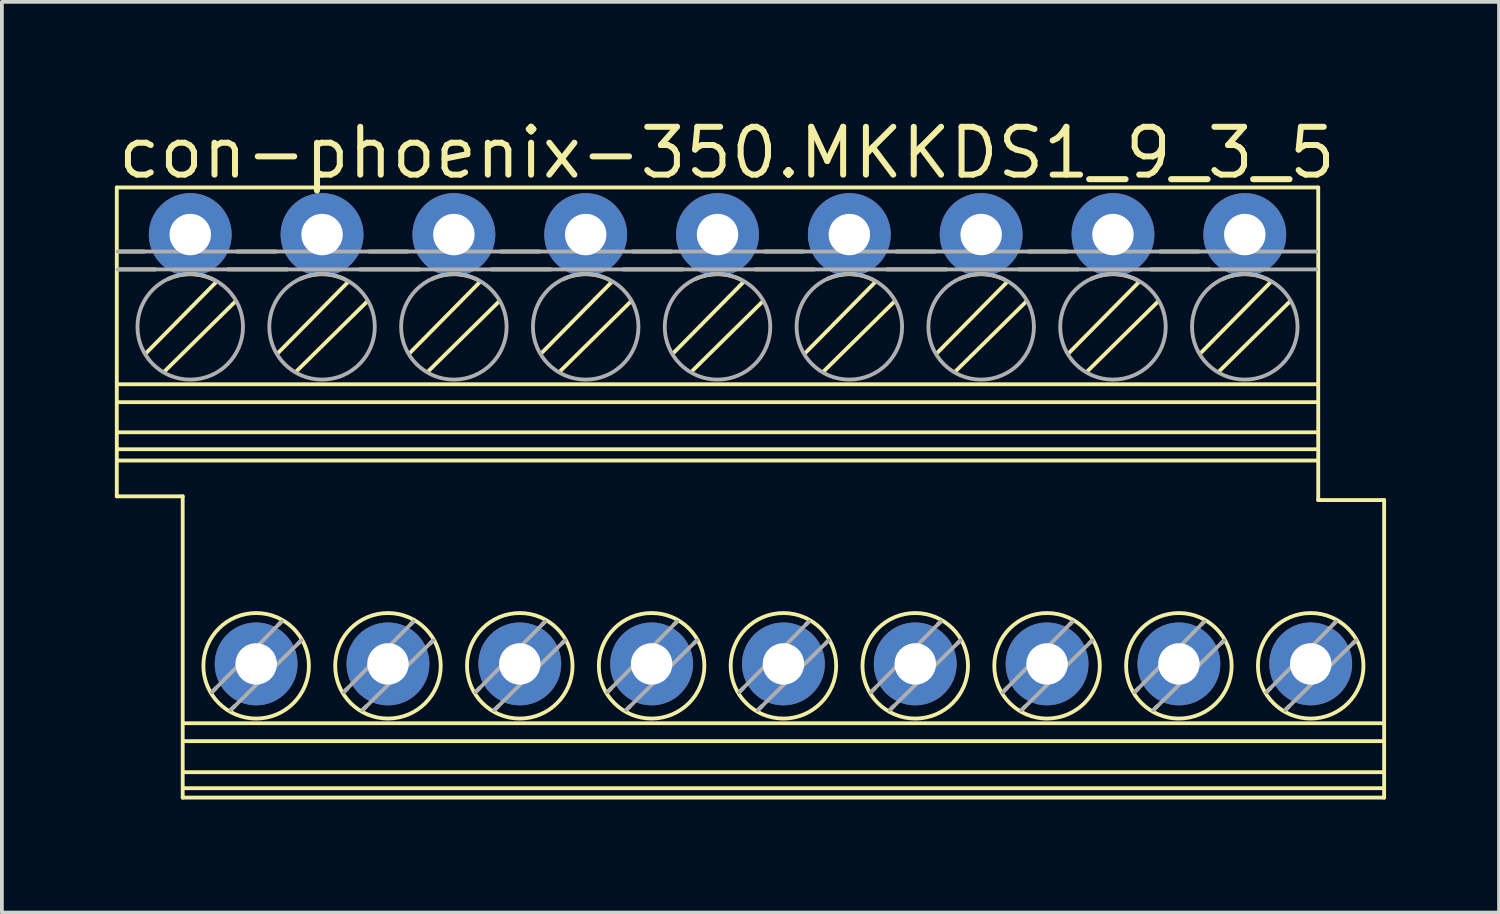
<source format=kicad_pcb>
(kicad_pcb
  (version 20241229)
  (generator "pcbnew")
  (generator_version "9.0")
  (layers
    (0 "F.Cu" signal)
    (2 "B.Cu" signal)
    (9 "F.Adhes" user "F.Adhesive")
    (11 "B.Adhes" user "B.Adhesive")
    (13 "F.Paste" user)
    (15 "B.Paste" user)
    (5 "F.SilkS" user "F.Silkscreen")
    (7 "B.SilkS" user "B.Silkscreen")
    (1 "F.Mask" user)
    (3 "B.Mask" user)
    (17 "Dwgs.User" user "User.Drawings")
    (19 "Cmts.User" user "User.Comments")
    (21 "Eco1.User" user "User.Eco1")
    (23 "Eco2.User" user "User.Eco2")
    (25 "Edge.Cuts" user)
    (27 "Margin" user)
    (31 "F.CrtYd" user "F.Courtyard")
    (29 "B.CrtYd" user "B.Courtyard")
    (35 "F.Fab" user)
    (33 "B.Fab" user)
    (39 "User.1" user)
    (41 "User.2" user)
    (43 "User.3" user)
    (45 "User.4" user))
  (footprint "con-phoenix-350.MKKDS1_9_3_5"
    (layer "F.Cu")
    (at 16.001 10.028)
    (property "Reference" "con-phoenix-350.MKKDS1_9_3_5" (at -16.001 -8.278 0) (layer "F.SilkS") (effects (font (size 1.27 1.27) (thickness 0.16)) (justify left bottom)))
    (attr through_hole)
    (fp_line (start -15.95 -8.1) (end 15.95 -8.1) (stroke (width 0.102) (type default)) (layer "F.SilkS"))
    (fp_line (start -15.95 0.1) (end -15.95 -8.1) (stroke (width 0.102) (type default)) (layer "F.SilkS"))
    (fp_line (start -15.925 -6.4) (end -15.225 -6.4) (stroke (width 0.102) (type default)) (layer "F.SilkS"))
    (fp_line (start -15.925 -5.925) (end -14.925 -5.925) (stroke (width 0.102) (type default)) (layer "F.SilkS"))
    (fp_line (start -15.9 -2.875) (end 15.925 -2.875) (stroke (width 0.102) (type default)) (layer "F.SilkS"))
    (fp_line (start -15.9 -2.4) (end 15.925 -2.4) (stroke (width 0.102) (type default)) (layer "F.SilkS"))
    (fp_line (start -15.9 -1.6) (end 15.925 -1.6) (stroke (width 0.102) (type default)) (layer "F.SilkS"))
    (fp_line (start -15.9 -0.85) (end 15.925 -0.85) (stroke (width 0.102) (type default)) (layer "F.SilkS"))
    (fp_line (start -15.175 -3.7) (end -13.325 -5.575) (stroke (width 0.102) (type default)) (layer "F.SilkS"))
    (fp_line (start -14.675 -3.225) (end -12.8 -5.075) (stroke (width 0.102) (type default)) (layer "F.SilkS"))
    (fp_line (start -14.2 0.1) (end -15.95 0.1) (stroke (width 0.102) (type default)) (layer "F.SilkS"))
    (fp_line (start -14.2 8.1) (end -14.2 0.1) (stroke (width 0.102) (type default)) (layer "F.SilkS"))
    (fp_line (start -14.15 6.125) (end 17.675 6.125) (stroke (width 0.102) (type default)) (layer "F.SilkS"))
    (fp_line (start -14.15 6.6) (end 17.675 6.6) (stroke (width 0.102) (type default)) (layer "F.SilkS"))
    (fp_line (start -14.15 7.425) (end 17.675 7.425) (stroke (width 0.102) (type default)) (layer "F.SilkS"))
    (fp_line (start -14.15 7.85) (end 17.675 7.85) (stroke (width 0.102) (type default)) (layer "F.SilkS"))
    (fp_line (start -13.425 5.3) (end -13.325 5.2) (stroke (width 0.102) (type default)) (layer "F.SilkS"))
    (fp_line (start -13 -5.925) (end -11.425 -5.925) (stroke (width 0.102) (type default)) (layer "F.SilkS"))
    (fp_line (start -12.925 5.775) (end -12.825 5.675) (stroke (width 0.102) (type default)) (layer "F.SilkS"))
    (fp_line (start -12.75 -6.4) (end -11.725 -6.4) (stroke (width 0.102) (type default)) (layer "F.SilkS"))
    (fp_line (start -11.675 -3.7) (end -9.825 -5.575) (stroke (width 0.102) (type default)) (layer "F.SilkS"))
    (fp_line (start -11.65 3.5) (end -11.575 3.425) (stroke (width 0.102) (type default)) (layer "F.SilkS"))
    (fp_line (start -11.175 -3.225) (end -9.3 -5.075) (stroke (width 0.102) (type default)) (layer "F.SilkS"))
    (fp_line (start -11.125 4) (end -11.05 3.925) (stroke (width 0.102) (type default)) (layer "F.SilkS"))
    (fp_line (start -9.925 5.3) (end -9.825 5.2) (stroke (width 0.102) (type default)) (layer "F.SilkS"))
    (fp_line (start -9.5 -5.925) (end -7.925 -5.925) (stroke (width 0.102) (type default)) (layer "F.SilkS"))
    (fp_line (start -9.425 5.775) (end -9.325 5.675) (stroke (width 0.102) (type default)) (layer "F.SilkS"))
    (fp_line (start -9.25 -6.4) (end -8.225 -6.4) (stroke (width 0.102) (type default)) (layer "F.SilkS"))
    (fp_line (start -8.175 -3.7) (end -6.325 -5.575) (stroke (width 0.102) (type default)) (layer "F.SilkS"))
    (fp_line (start -8.15 3.5) (end -8.075 3.425) (stroke (width 0.102) (type default)) (layer "F.SilkS"))
    (fp_line (start -7.675 -3.225) (end -5.8 -5.075) (stroke (width 0.102) (type default)) (layer "F.SilkS"))
    (fp_line (start -7.625 4) (end -7.55 3.925) (stroke (width 0.102) (type default)) (layer "F.SilkS"))
    (fp_line (start -6.425 5.3) (end -6.325 5.2) (stroke (width 0.102) (type default)) (layer "F.SilkS"))
    (fp_line (start -6 -5.925) (end -4.425 -5.925) (stroke (width 0.102) (type default)) (layer "F.SilkS"))
    (fp_line (start -5.925 5.775) (end -5.825 5.675) (stroke (width 0.102) (type default)) (layer "F.SilkS"))
    (fp_line (start -5.75 -6.4) (end -4.725 -6.4) (stroke (width 0.102) (type default)) (layer "F.SilkS"))
    (fp_line (start -4.675 -3.7) (end -2.825 -5.575) (stroke (width 0.102) (type default)) (layer "F.SilkS"))
    (fp_line (start -4.65 3.5) (end -4.575 3.425) (stroke (width 0.102) (type default)) (layer "F.SilkS"))
    (fp_line (start -4.175 -3.225) (end -2.3 -5.075) (stroke (width 0.102) (type default)) (layer "F.SilkS"))
    (fp_line (start -4.125 4) (end -4.05 3.925) (stroke (width 0.102) (type default)) (layer "F.SilkS"))
    (fp_line (start -2.925 5.3) (end -2.825 5.2) (stroke (width 0.102) (type default)) (layer "F.SilkS"))
    (fp_line (start -2.5 -5.925) (end -0.925 -5.925) (stroke (width 0.102) (type default)) (layer "F.SilkS"))
    (fp_line (start -2.425 5.775) (end -2.325 5.675) (stroke (width 0.102) (type default)) (layer "F.SilkS"))
    (fp_line (start -2.25 -6.4) (end -1.225 -6.4) (stroke (width 0.102) (type default)) (layer "F.SilkS"))
    (fp_line (start -1.175 -3.7) (end 0.675 -5.575) (stroke (width 0.102) (type default)) (layer "F.SilkS"))
    (fp_line (start -1.15 3.5) (end -1.075 3.425) (stroke (width 0.102) (type default)) (layer "F.SilkS"))
    (fp_line (start -0.675 -3.225) (end 1.2 -5.075) (stroke (width 0.102) (type default)) (layer "F.SilkS"))
    (fp_line (start -0.625 4) (end -0.55 3.925) (stroke (width 0.102) (type default)) (layer "F.SilkS"))
    (fp_line (start 0.575 5.3) (end 0.675 5.2) (stroke (width 0.102) (type default)) (layer "F.SilkS"))
    (fp_line (start 1 -5.925) (end 2.575 -5.925) (stroke (width 0.102) (type default)) (layer "F.SilkS"))
    (fp_line (start 1.075 5.775) (end 1.175 5.675) (stroke (width 0.102) (type default)) (layer "F.SilkS"))
    (fp_line (start 1.25 -6.4) (end 2.275 -6.4) (stroke (width 0.102) (type default)) (layer "F.SilkS"))
    (fp_line (start 2.325 -3.7) (end 4.175 -5.575) (stroke (width 0.102) (type default)) (layer "F.SilkS"))
    (fp_line (start 2.35 3.5) (end 2.425 3.425) (stroke (width 0.102) (type default)) (layer "F.SilkS"))
    (fp_line (start 2.825 -3.225) (end 4.7 -5.075) (stroke (width 0.102) (type default)) (layer "F.SilkS"))
    (fp_line (start 2.875 4) (end 2.95 3.925) (stroke (width 0.102) (type default)) (layer "F.SilkS"))
    (fp_line (start 4.075 5.3) (end 4.175 5.2) (stroke (width 0.102) (type default)) (layer "F.SilkS"))
    (fp_line (start 4.5 -5.925) (end 6.075 -5.925) (stroke (width 0.102) (type default)) (layer "F.SilkS"))
    (fp_line (start 4.575 5.775) (end 4.675 5.675) (stroke (width 0.102) (type default)) (layer "F.SilkS"))
    (fp_line (start 4.75 -6.4) (end 5.775 -6.4) (stroke (width 0.102) (type default)) (layer "F.SilkS"))
    (fp_line (start 5.825 -3.7) (end 7.675 -5.575) (stroke (width 0.102) (type default)) (layer "F.SilkS"))
    (fp_line (start 5.85 3.5) (end 5.925 3.425) (stroke (width 0.102) (type default)) (layer "F.SilkS"))
    (fp_line (start 6.325 -3.225) (end 8.2 -5.075) (stroke (width 0.102) (type default)) (layer "F.SilkS"))
    (fp_line (start 6.375 4) (end 6.45 3.925) (stroke (width 0.102) (type default)) (layer "F.SilkS"))
    (fp_line (start 7.575 5.3) (end 7.675 5.2) (stroke (width 0.102) (type default)) (layer "F.SilkS"))
    (fp_line (start 8 -5.925) (end 9.575 -5.925) (stroke (width 0.102) (type default)) (layer "F.SilkS"))
    (fp_line (start 8.075 5.775) (end 8.175 5.675) (stroke (width 0.102) (type default)) (layer "F.SilkS"))
    (fp_line (start 8.25 -6.4) (end 9.275 -6.4) (stroke (width 0.102) (type default)) (layer "F.SilkS"))
    (fp_line (start 9.325 -3.7) (end 11.175 -5.575) (stroke (width 0.102) (type default)) (layer "F.SilkS"))
    (fp_line (start 9.35 3.5) (end 9.425 3.425) (stroke (width 0.102) (type default)) (layer "F.SilkS"))
    (fp_line (start 9.825 -3.225) (end 11.7 -5.075) (stroke (width 0.102) (type default)) (layer "F.SilkS"))
    (fp_line (start 9.875 4) (end 9.95 3.925) (stroke (width 0.102) (type default)) (layer "F.SilkS"))
    (fp_line (start 11.075 5.3) (end 11.175 5.2) (stroke (width 0.102) (type default)) (layer "F.SilkS"))
    (fp_line (start 11.5 -5.925) (end 13.075 -5.925) (stroke (width 0.102) (type default)) (layer "F.SilkS"))
    (fp_line (start 11.575 5.775) (end 11.675 5.675) (stroke (width 0.102) (type default)) (layer "F.SilkS"))
    (fp_line (start 11.75 -6.4) (end 12.775 -6.4) (stroke (width 0.102) (type default)) (layer "F.SilkS"))
    (fp_line (start 12.825 -3.7) (end 14.675 -5.575) (stroke (width 0.102) (type default)) (layer "F.SilkS"))
    (fp_line (start 12.85 3.5) (end 12.925 3.425) (stroke (width 0.102) (type default)) (layer "F.SilkS"))
    (fp_line (start 13.325 -3.225) (end 15.2 -5.075) (stroke (width 0.102) (type default)) (layer "F.SilkS"))
    (fp_line (start 13.375 4) (end 13.45 3.925) (stroke (width 0.102) (type default)) (layer "F.SilkS"))
    (fp_line (start 14.575 5.3) (end 14.675 5.2) (stroke (width 0.102) (type default)) (layer "F.SilkS"))
    (fp_line (start 15.075 5.775) (end 15.175 5.675) (stroke (width 0.102) (type default)) (layer "F.SilkS"))
    (fp_line (start 15.925 -1.15) (end -15.9 -1.15) (stroke (width 0.102) (type default)) (layer "F.SilkS"))
    (fp_line (start 15.95 -8.1) (end 15.95 0.2) (stroke (width 0.102) (type default)) (layer "F.SilkS"))
    (fp_line (start 15.95 0.2) (end 17.7 0.2) (stroke (width 0.102) (type default)) (layer "F.SilkS"))
    (fp_line (start 16.35 3.5) (end 16.425 3.425) (stroke (width 0.102) (type default)) (layer "F.SilkS"))
    (fp_line (start 16.875 4) (end 16.95 3.925) (stroke (width 0.102) (type default)) (layer "F.SilkS"))
    (fp_line (start 17.7 0.2) (end 17.7 8.1) (stroke (width 0.102) (type default)) (layer "F.SilkS"))
    (fp_line (start 17.7 8.1) (end -14.2 8.1) (stroke (width 0.102) (type default)) (layer "F.SilkS"))
    (fp_arc (start -14.575 -5.675) (mid -13.972184 -5.797679) (end -13.375 -5.65) (stroke (width 0.1016) (type default)) (layer "F.SilkS"))
    (fp_arc (start -11.075 -5.675) (mid -10.472184 -5.797679) (end -9.875 -5.65) (stroke (width 0.1016) (type default)) (layer "F.SilkS"))
    (fp_arc (start -7.575 -5.675) (mid -6.972184 -5.797679) (end -6.375 -5.65) (stroke (width 0.1016) (type default)) (layer "F.SilkS"))
    (fp_arc (start -4.075 -5.675) (mid -3.472184 -5.797679) (end -2.875 -5.65) (stroke (width 0.1016) (type default)) (layer "F.SilkS"))
    (fp_arc (start -0.575 -5.675) (mid 0.027816 -5.797679) (end 0.625 -5.65) (stroke (width 0.1016) (type default)) (layer "F.SilkS"))
    (fp_arc (start 2.925 -5.675) (mid 3.527816 -5.797679) (end 4.125 -5.65) (stroke (width 0.1016) (type default)) (layer "F.SilkS"))
    (fp_arc (start 6.425 -5.675) (mid 7.027816 -5.797679) (end 7.625 -5.65) (stroke (width 0.1016) (type default)) (layer "F.SilkS"))
    (fp_arc (start 9.925 -5.675) (mid 10.527816 -5.797679) (end 11.125 -5.65) (stroke (width 0.1016) (type default)) (layer "F.SilkS"))
    (fp_arc (start 13.425 -5.675) (mid 14.027816 -5.797679) (end 14.625 -5.65) (stroke (width 0.1016) (type default)) (layer "F.SilkS"))
    (fp_circle (center -12.25 4.6) (end -10.849 4.6) (stroke (width 0.102) (type default)) (fill no) (layer "F.SilkS"))
    (fp_circle (center -8.75 4.6) (end -7.349 4.6) (stroke (width 0.102) (type default)) (fill no) (layer "F.SilkS"))
    (fp_circle (center -5.25 4.6) (end -3.849 4.6) (stroke (width 0.102) (type default)) (fill no) (layer "F.SilkS"))
    (fp_circle (center -1.75 4.6) (end -0.349 4.6) (stroke (width 0.102) (type default)) (fill no) (layer "F.SilkS"))
    (fp_circle (center 1.75 4.6) (end 3.151 4.6) (stroke (width 0.102) (type default)) (fill no) (layer "F.SilkS"))
    (fp_circle (center 5.25 4.6) (end 6.651 4.6) (stroke (width 0.102) (type default)) (fill no) (layer "F.SilkS"))
    (fp_circle (center 8.75 4.6) (end 10.151 4.6) (stroke (width 0.102) (type default)) (fill no) (layer "F.SilkS"))
    (fp_circle (center 12.25 4.6) (end 13.651 4.6) (stroke (width 0.102) (type default)) (fill no) (layer "F.SilkS"))
    (fp_circle (center 15.75 4.6) (end 17.151 4.6) (stroke (width 0.102) (type default)) (fill no) (layer "F.SilkS"))
    (fp_line (start -15.925 -6.4) (end 15.9 -6.4) (stroke (width 0.102) (type default)) (layer "F.Fab"))
    (fp_line (start -15.925 -5.925) (end 15.9 -5.925) (stroke (width 0.102) (type default)) (layer "F.Fab"))
    (fp_line (start -13.425 5.3) (end -11.575 3.425) (stroke (width 0.102) (type default)) (layer "F.Fab"))
    (fp_line (start -12.925 5.775) (end -11.05 3.925) (stroke (width 0.102) (type default)) (layer "F.Fab"))
    (fp_line (start -9.925 5.3) (end -8.075 3.425) (stroke (width 0.102) (type default)) (layer "F.Fab"))
    (fp_line (start -9.425 5.775) (end -7.55 3.925) (stroke (width 0.102) (type default)) (layer "F.Fab"))
    (fp_line (start -6.425 5.3) (end -4.575 3.425) (stroke (width 0.102) (type default)) (layer "F.Fab"))
    (fp_line (start -5.925 5.775) (end -4.05 3.925) (stroke (width 0.102) (type default)) (layer "F.Fab"))
    (fp_line (start -2.925 5.3) (end -1.075 3.425) (stroke (width 0.102) (type default)) (layer "F.Fab"))
    (fp_line (start -2.425 5.775) (end -0.55 3.925) (stroke (width 0.102) (type default)) (layer "F.Fab"))
    (fp_line (start 0.575 5.3) (end 2.425 3.425) (stroke (width 0.102) (type default)) (layer "F.Fab"))
    (fp_line (start 1.075 5.775) (end 2.95 3.925) (stroke (width 0.102) (type default)) (layer "F.Fab"))
    (fp_line (start 4.075 5.3) (end 5.925 3.425) (stroke (width 0.102) (type default)) (layer "F.Fab"))
    (fp_line (start 4.575 5.775) (end 6.45 3.925) (stroke (width 0.102) (type default)) (layer "F.Fab"))
    (fp_line (start 7.575 5.3) (end 9.425 3.425) (stroke (width 0.102) (type default)) (layer "F.Fab"))
    (fp_line (start 8.075 5.775) (end 9.95 3.925) (stroke (width 0.102) (type default)) (layer "F.Fab"))
    (fp_line (start 11.075 5.3) (end 12.925 3.425) (stroke (width 0.102) (type default)) (layer "F.Fab"))
    (fp_line (start 11.575 5.775) (end 13.45 3.925) (stroke (width 0.102) (type default)) (layer "F.Fab"))
    (fp_line (start 14.575 5.3) (end 16.425 3.425) (stroke (width 0.102) (type default)) (layer "F.Fab"))
    (fp_line (start 15.075 5.775) (end 16.95 3.925) (stroke (width 0.102) (type default)) (layer "F.Fab"))
    (fp_circle (center -14 -4.4) (end -12.599 -4.4) (stroke (width 0.102) (type default)) (fill no) (layer "F.Fab"))
    (fp_circle (center -10.5 -4.4) (end -9.099 -4.4) (stroke (width 0.102) (type default)) (fill no) (layer "F.Fab"))
    (fp_circle (center -7 -4.4) (end -5.599 -4.4) (stroke (width 0.102) (type default)) (fill no) (layer "F.Fab"))
    (fp_circle (center -3.5 -4.4) (end -2.099 -4.4) (stroke (width 0.102) (type default)) (fill no) (layer "F.Fab"))
    (fp_circle (center 0 -4.4) (end 1.401 -4.4) (stroke (width 0.102) (type default)) (fill no) (layer "F.Fab"))
    (fp_circle (center 3.5 -4.4) (end 4.901 -4.4) (stroke (width 0.102) (type default)) (fill no) (layer "F.Fab"))
    (fp_circle (center 7 -4.4) (end 8.401 -4.4) (stroke (width 0.102) (type default)) (fill no) (layer "F.Fab"))
    (fp_circle (center 10.5 -4.4) (end 11.901 -4.4) (stroke (width 0.102) (type default)) (fill no) (layer "F.Fab"))
    (fp_circle (center 14 -4.4) (end 15.401 -4.4) (stroke (width 0.102) (type default)) (fill no) (layer "F.Fab"))
    (pad "1" thru_hole circle (at -14 -6.85) (size 2.2 2.2) (drill 1.1) (layers "*.Cu" "*.Mask"))
    (pad "2" thru_hole circle (at -12.25 4.55) (size 2.2 2.2) (drill 1.1) (layers "*.Cu" "*.Mask"))
    (pad "3" thru_hole circle (at -10.5 -6.85) (size 2.2 2.2) (drill 1.1) (layers "*.Cu" "*.Mask"))
    (pad "4" thru_hole circle (at -8.75 4.55) (size 2.2 2.2) (drill 1.1) (layers "*.Cu" "*.Mask"))
    (pad "5" thru_hole circle (at -7 -6.85) (size 2.2 2.2) (drill 1.1) (layers "*.Cu" "*.Mask"))
    (pad "6" thru_hole circle (at -5.25 4.55) (size 2.2 2.2) (drill 1.1) (layers "*.Cu" "*.Mask"))
    (pad "7" thru_hole circle (at -3.5 -6.85) (size 2.2 2.2) (drill 1.1) (layers "*.Cu" "*.Mask"))
    (pad "8" thru_hole circle (at -1.75 4.55) (size 2.2 2.2) (drill 1.1) (layers "*.Cu" "*.Mask"))
    (pad "9" thru_hole circle (at 0 -6.85) (size 2.2 2.2) (drill 1.1) (layers "*.Cu" "*.Mask"))
    (pad "10" thru_hole circle (at 1.75 4.55) (size 2.2 2.2) (drill 1.1) (layers "*.Cu" "*.Mask"))
    (pad "11" thru_hole circle (at 3.5 -6.85) (size 2.2 2.2) (drill 1.1) (layers "*.Cu" "*.Mask"))
    (pad "12" thru_hole circle (at 5.25 4.55) (size 2.2 2.2) (drill 1.1) (layers "*.Cu" "*.Mask"))
    (pad "13" thru_hole circle (at 7 -6.85) (size 2.2 2.2) (drill 1.1) (layers "*.Cu" "*.Mask"))
    (pad "14" thru_hole circle (at 8.75 4.55) (size 2.2 2.2) (drill 1.1) (layers "*.Cu" "*.Mask"))
    (pad "15" thru_hole circle (at 10.5 -6.85) (size 2.2 2.2) (drill 1.1) (layers "*.Cu" "*.Mask"))
    (pad "16" thru_hole circle (at 12.25 4.55) (size 2.2 2.2) (drill 1.1) (layers "*.Cu" "*.Mask"))
    (pad "17" thru_hole circle (at 14 -6.85) (size 2.2 2.2) (drill 1.1) (layers "*.Cu" "*.Mask"))
    (pad "18" thru_hole circle (at 15.75 4.55) (size 2.2 2.2) (drill 1.1) (layers "*.Cu" "*.Mask")))
  (gr_rect
    (start -3 -3)
    (end 36.752 21.179)
    (stroke (width 0.1) (type default))
    (fill no)
    (layer "Edge.Cuts")))
</source>
